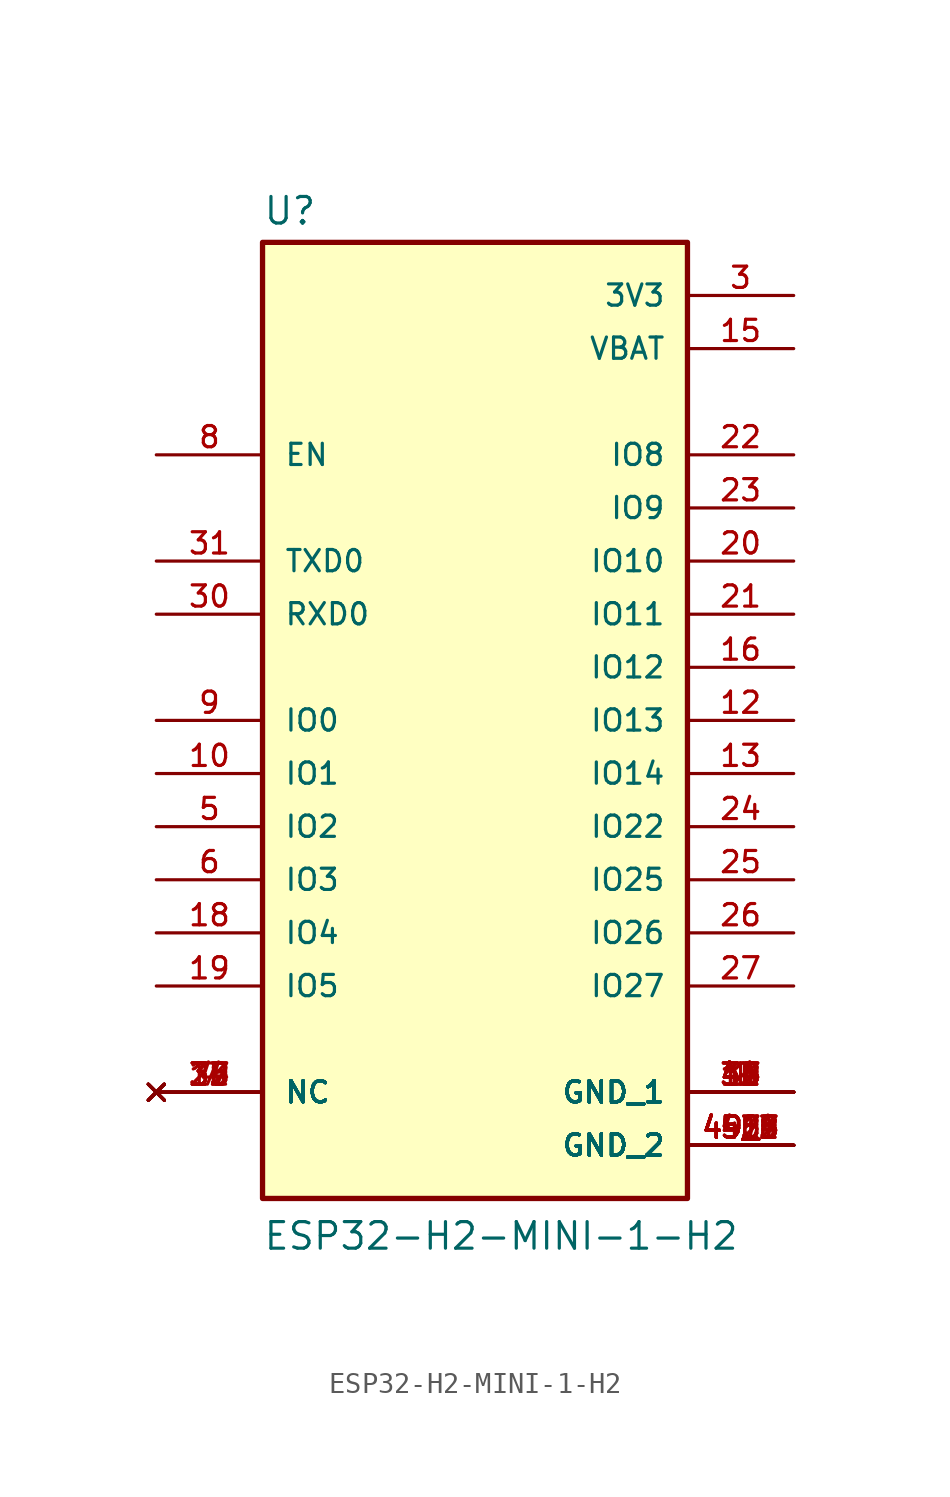
<source format=kicad_sym>
(kicad_symbol_lib
  (version 20231120)
  (generator "kicad_symbol_editor")
  (generator_version "8.0")
  (symbol "ESP32-H2-MINI-1-H2"
    (pin_names
      (offset 1.016))
    (property "Reference" "U"
      (at -10.16 23.622 0)
      (effects (font (size 1.27 1.27)) (justify left bottom)))
    (property "Value" "ESP32-H2-MINI-1-H2"
      (at -10.16 -25.4 0)
      (effects (font (size 1.27 1.27)) (justify left bottom)))
    (symbol "ESP32-H2-MINI-1-H2_0_0"
      (rectangle (start -10.16 22.86) (end 10.16 -22.86) (stroke (width 0.254) (type default)) (fill (type background)))
      (pin power_in line (at 15.24 -17.78 180) (length 5.08) (name "GND_1" (effects (font (size 1.016 1.016)))) (number "1" (effects (font (size 1.016 1.016)))))
      (pin bidirectional line (at -15.24 -2.54 0) (length 5.08) (name "IO1" (effects (font (size 1.016 1.016)))) (number "10" (effects (font (size 1.016 1.016)))))
      (pin power_in line (at 15.24 -17.78 180) (length 5.08) (name "GND_1" (effects (font (size 1.016 1.016)))) (number "11" (effects (font (size 1.016 1.016)))))
      (pin bidirectional line (at 15.24 0 180) (length 5.08) (name "IO13" (effects (font (size 1.016 1.016)))) (number "12" (effects (font (size 1.016 1.016)))))
      (pin bidirectional line (at 15.24 -2.54 180) (length 5.08) (name "IO14" (effects (font (size 1.016 1.016)))) (number "13" (effects (font (size 1.016 1.016)))))
      (pin power_in line (at 15.24 -17.78 180) (length 5.08) (name "GND_1" (effects (font (size 1.016 1.016)))) (number "14" (effects (font (size 1.016 1.016)))))
      (pin power_in line (at 15.24 17.78 180) (length 5.08) (name "VBAT" (effects (font (size 1.016 1.016)))) (number "15" (effects (font (size 1.016 1.016)))))
      (pin bidirectional line (at 15.24 2.54 180) (length 5.08) (name "IO12" (effects (font (size 1.016 1.016)))) (number "16" (effects (font (size 1.016 1.016)))))
      (pin no_connect line (at -15.24 -17.78 0) (length 5.08) (name "NC" (effects (font (size 1.016 1.016)))) (number "17" (effects (font (size 1.016 1.016)))))
      (pin bidirectional line (at -15.24 -10.16 0) (length 5.08) (name "IO4" (effects (font (size 1.016 1.016)))) (number "18" (effects (font (size 1.016 1.016)))))
      (pin bidirectional line (at -15.24 -12.7 0) (length 5.08) (name "IO5" (effects (font (size 1.016 1.016)))) (number "19" (effects (font (size 1.016 1.016)))))
      (pin power_in line (at 15.24 -17.78 180) (length 5.08) (name "GND_1" (effects (font (size 1.016 1.016)))) (number "2" (effects (font (size 1.016 1.016)))))
      (pin bidirectional line (at 15.24 7.62 180) (length 5.08) (name "IO10" (effects (font (size 1.016 1.016)))) (number "20" (effects (font (size 1.016 1.016)))))
      (pin bidirectional line (at 15.24 5.08 180) (length 5.08) (name "IO11" (effects (font (size 1.016 1.016)))) (number "21" (effects (font (size 1.016 1.016)))))
      (pin bidirectional line (at 15.24 12.7 180) (length 5.08) (name "IO8" (effects (font (size 1.016 1.016)))) (number "22" (effects (font (size 1.016 1.016)))))
      (pin bidirectional line (at 15.24 10.16 180) (length 5.08) (name "IO9" (effects (font (size 1.016 1.016)))) (number "23" (effects (font (size 1.016 1.016)))))
      (pin bidirectional line (at 15.24 -5.08 180) (length 5.08) (name "IO22" (effects (font (size 1.016 1.016)))) (number "24" (effects (font (size 1.016 1.016)))))
      (pin bidirectional line (at 15.24 -7.62 180) (length 5.08) (name "IO25" (effects (font (size 1.016 1.016)))) (number "25" (effects (font (size 1.016 1.016)))))
      (pin bidirectional line (at 15.24 -10.16 180) (length 5.08) (name "IO26" (effects (font (size 1.016 1.016)))) (number "26" (effects (font (size 1.016 1.016)))))
      (pin bidirectional line (at 15.24 -12.7 180) (length 5.08) (name "IO27" (effects (font (size 1.016 1.016)))) (number "27" (effects (font (size 1.016 1.016)))))
      (pin no_connect line (at -15.24 -17.78 0) (length 5.08) (name "NC" (effects (font (size 1.016 1.016)))) (number "28" (effects (font (size 1.016 1.016)))))
      (pin no_connect line (at -15.24 -17.78 0) (length 5.08) (name "NC" (effects (font (size 1.016 1.016)))) (number "29" (effects (font (size 1.016 1.016)))))
      (pin power_in line (at 15.24 20.32 180) (length 5.08) (name "3V3" (effects (font (size 1.016 1.016)))) (number "3" (effects (font (size 1.016 1.016)))))
      (pin bidirectional line (at -15.24 5.08 0) (length 5.08) (name "RXD0" (effects (font (size 1.016 1.016)))) (number "30" (effects (font (size 1.016 1.016)))))
      (pin bidirectional line (at -15.24 7.62 0) (length 5.08) (name "TXD0" (effects (font (size 1.016 1.016)))) (number "31" (effects (font (size 1.016 1.016)))))
      (pin no_connect line (at -15.24 -17.78 0) (length 5.08) (name "NC" (effects (font (size 1.016 1.016)))) (number "32" (effects (font (size 1.016 1.016)))))
      (pin no_connect line (at -15.24 -17.78 0) (length 5.08) (name "NC" (effects (font (size 1.016 1.016)))) (number "33" (effects (font (size 1.016 1.016)))))
      (pin no_connect line (at -15.24 -17.78 0) (length 5.08) (name "NC" (effects (font (size 1.016 1.016)))) (number "34" (effects (font (size 1.016 1.016)))))
      (pin no_connect line (at -15.24 -17.78 0) (length 5.08) (name "NC" (effects (font (size 1.016 1.016)))) (number "35" (effects (font (size 1.016 1.016)))))
      (pin power_in line (at 15.24 -17.78 180) (length 5.08) (name "GND_1" (effects (font (size 1.016 1.016)))) (number "36" (effects (font (size 1.016 1.016)))))
      (pin power_in line (at 15.24 -17.78 180) (length 5.08) (name "GND_1" (effects (font (size 1.016 1.016)))) (number "37" (effects (font (size 1.016 1.016)))))
      (pin power_in line (at 15.24 -17.78 180) (length 5.08) (name "GND_1" (effects (font (size 1.016 1.016)))) (number "38" (effects (font (size 1.016 1.016)))))
      (pin power_in line (at 15.24 -17.78 180) (length 5.08) (name "GND_1" (effects (font (size 1.016 1.016)))) (number "39" (effects (font (size 1.016 1.016)))))
      (pin no_connect line (at -15.24 -17.78 0) (length 5.08) (name "NC" (effects (font (size 1.016 1.016)))) (number "4" (effects (font (size 1.016 1.016)))))
      (pin power_in line (at 15.24 -17.78 180) (length 5.08) (name "GND_1" (effects (font (size 1.016 1.016)))) (number "40" (effects (font (size 1.016 1.016)))))
      (pin power_in line (at 15.24 -17.78 180) (length 5.08) (name "GND_1" (effects (font (size 1.016 1.016)))) (number "41" (effects (font (size 1.016 1.016)))))
      (pin power_in line (at 15.24 -17.78 180) (length 5.08) (name "GND_1" (effects (font (size 1.016 1.016)))) (number "42" (effects (font (size 1.016 1.016)))))
      (pin power_in line (at 15.24 -17.78 180) (length 5.08) (name "GND_1" (effects (font (size 1.016 1.016)))) (number "43" (effects (font (size 1.016 1.016)))))
      (pin power_in line (at 15.24 -17.78 180) (length 5.08) (name "GND_1" (effects (font (size 1.016 1.016)))) (number "44" (effects (font (size 1.016 1.016)))))
      (pin power_in line (at 15.24 -17.78 180) (length 5.08) (name "GND_1" (effects (font (size 1.016 1.016)))) (number "45" (effects (font (size 1.016 1.016)))))
      (pin power_in line (at 15.24 -17.78 180) (length 5.08) (name "GND_1" (effects (font (size 1.016 1.016)))) (number "46" (effects (font (size 1.016 1.016)))))
      (pin power_in line (at 15.24 -20.32 180) (length 5.08) (name "GND_2" (effects (font (size 1.016 1.016)))) (number "47" (effects (font (size 1.016 1.016)))))
      (pin power_in line (at 15.24 -20.32 180) (length 5.08) (name "GND_2" (effects (font (size 1.016 1.016)))) (number "48" (effects (font (size 1.016 1.016)))))
      (pin power_in line (at 15.24 -20.32 180) (length 5.08) (name "GND_2" (effects (font (size 1.016 1.016)))) (number "49_1" (effects (font (size 1.016 1.016)))))
      (pin power_in line (at 15.24 -20.32 180) (length 5.08) (name "GND_2" (effects (font (size 1.016 1.016)))) (number "49_2" (effects (font (size 1.016 1.016)))))
      (pin power_in line (at 15.24 -20.32 180) (length 5.08) (name "GND_2" (effects (font (size 1.016 1.016)))) (number "49_3" (effects (font (size 1.016 1.016)))))
      (pin power_in line (at 15.24 -20.32 180) (length 5.08) (name "GND_2" (effects (font (size 1.016 1.016)))) (number "49_4" (effects (font (size 1.016 1.016)))))
      (pin power_in line (at 15.24 -20.32 180) (length 5.08) (name "GND_2" (effects (font (size 1.016 1.016)))) (number "49_5" (effects (font (size 1.016 1.016)))))
      (pin power_in line (at 15.24 -20.32 180) (length 5.08) (name "GND_2" (effects (font (size 1.016 1.016)))) (number "49_6" (effects (font (size 1.016 1.016)))))
      (pin power_in line (at 15.24 -20.32 180) (length 5.08) (name "GND_2" (effects (font (size 1.016 1.016)))) (number "49_7" (effects (font (size 1.016 1.016)))))
      (pin power_in line (at 15.24 -20.32 180) (length 5.08) (name "GND_2" (effects (font (size 1.016 1.016)))) (number "49_8" (effects (font (size 1.016 1.016)))))
      (pin power_in line (at 15.24 -20.32 180) (length 5.08) (name "GND_2" (effects (font (size 1.016 1.016)))) (number "49_9" (effects (font (size 1.016 1.016)))))
      (pin bidirectional line (at -15.24 -5.08 0) (length 5.08) (name "IO2" (effects (font (size 1.016 1.016)))) (number "5" (effects (font (size 1.016 1.016)))))
      (pin power_in line (at 15.24 -20.32 180) (length 5.08) (name "GND_2" (effects (font (size 1.016 1.016)))) (number "50" (effects (font (size 1.016 1.016)))))
      (pin power_in line (at 15.24 -20.32 180) (length 5.08) (name "GND_2" (effects (font (size 1.016 1.016)))) (number "51" (effects (font (size 1.016 1.016)))))
      (pin power_in line (at 15.24 -20.32 180) (length 5.08) (name "GND_2" (effects (font (size 1.016 1.016)))) (number "52" (effects (font (size 1.016 1.016)))))
      (pin power_in line (at 15.24 -20.32 180) (length 5.08) (name "GND_2" (effects (font (size 1.016 1.016)))) (number "53" (effects (font (size 1.016 1.016)))))
      (pin bidirectional line (at -15.24 -7.62 0) (length 5.08) (name "IO3" (effects (font (size 1.016 1.016)))) (number "6" (effects (font (size 1.016 1.016)))))
      (pin no_connect line (at -15.24 -17.78 0) (length 5.08) (name "NC" (effects (font (size 1.016 1.016)))) (number "7" (effects (font (size 1.016 1.016)))))
      (pin input line (at -15.24 12.7 0) (length 5.08) (name "EN" (effects (font (size 1.016 1.016)))) (number "8" (effects (font (size 1.016 1.016)))))
      (pin bidirectional line (at -15.24 0 0) (length 5.08) (name "IO0" (effects (font (size 1.016 1.016)))) (number "9" (effects (font (size 1.016 1.016))))))))
</source>
